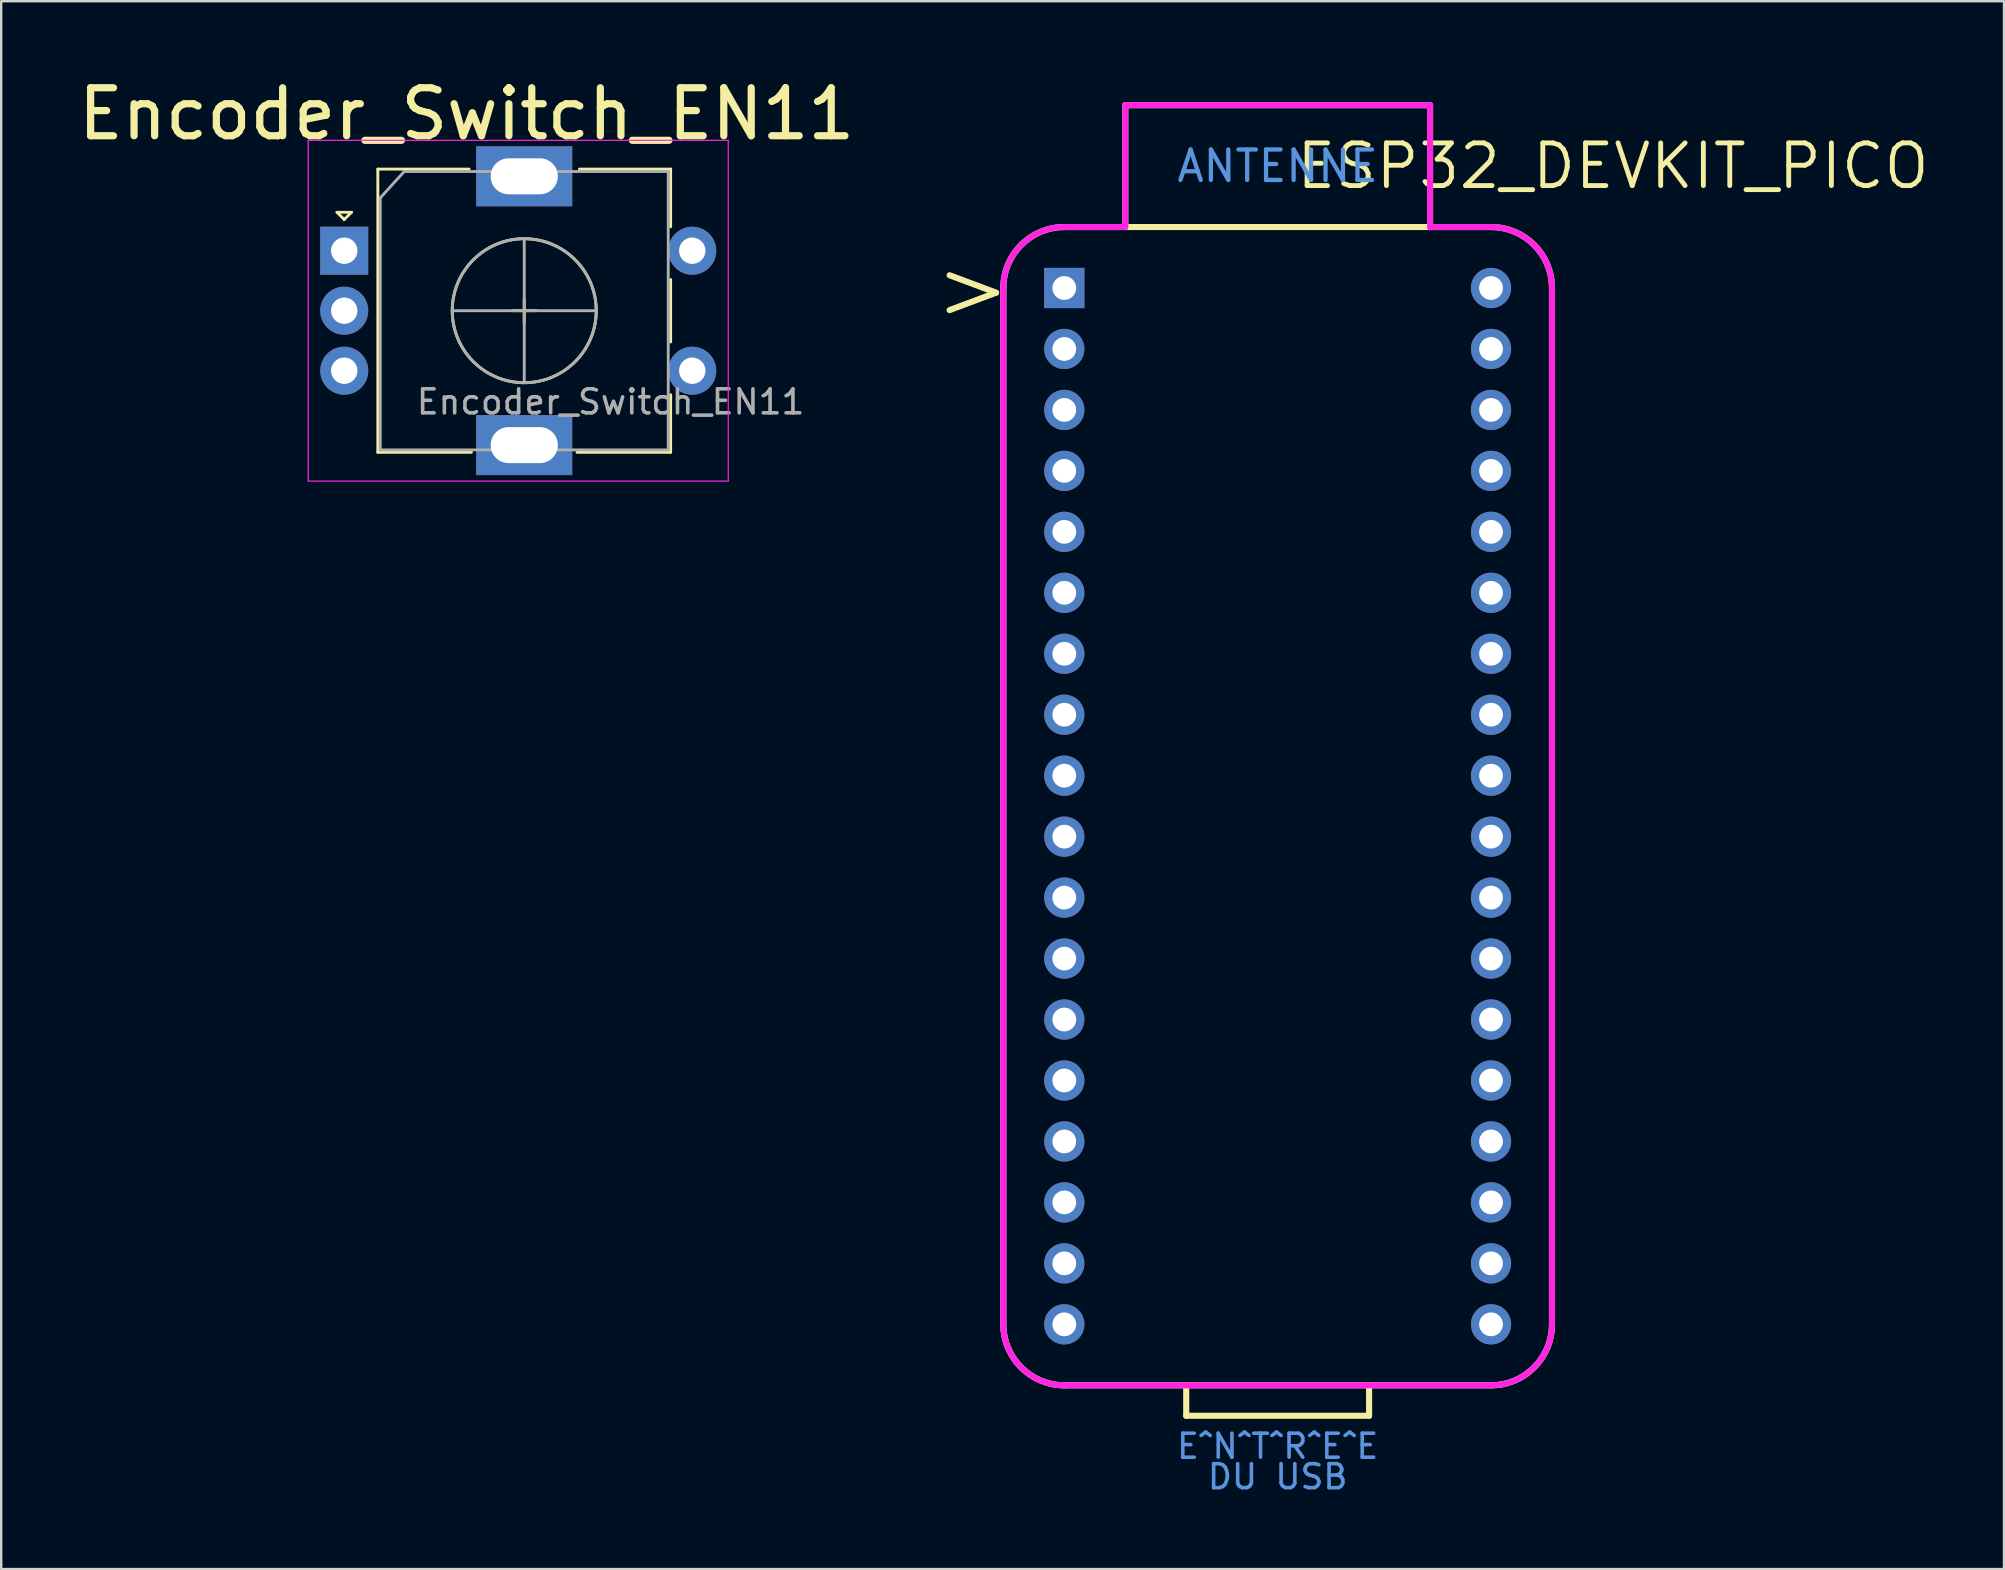
<source format=kicad_pcb>
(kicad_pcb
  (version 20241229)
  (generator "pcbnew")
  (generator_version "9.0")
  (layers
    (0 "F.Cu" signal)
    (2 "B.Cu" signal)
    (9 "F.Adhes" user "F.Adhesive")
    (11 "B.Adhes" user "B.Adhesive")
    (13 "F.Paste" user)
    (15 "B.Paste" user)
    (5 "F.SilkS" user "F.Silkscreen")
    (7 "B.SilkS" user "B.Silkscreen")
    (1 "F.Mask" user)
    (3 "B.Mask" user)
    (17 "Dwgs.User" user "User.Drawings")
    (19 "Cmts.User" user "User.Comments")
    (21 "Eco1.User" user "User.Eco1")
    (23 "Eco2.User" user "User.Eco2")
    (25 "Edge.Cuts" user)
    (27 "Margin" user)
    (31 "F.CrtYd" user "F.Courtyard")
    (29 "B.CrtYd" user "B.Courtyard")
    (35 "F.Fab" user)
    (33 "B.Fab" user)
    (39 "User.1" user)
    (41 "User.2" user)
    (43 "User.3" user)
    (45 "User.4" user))
  (footprint "Encoder_Switch_EN11"
    (layer "F.Cu")
    (at 11.293 7.396)
    (property "Reference" "Encoder_Switch_EN11" (at 5.1 -5.7 0) (layer "F.SilkS") (effects (font (size 2 2) (thickness 0.3))))
    (attr through_hole)
    (fp_line (start -0.3 -1.6) (end 0.3 -1.6) (stroke (width 0.12) (type solid)) (layer "F.SilkS"))
    (fp_line (start 0 -1.3) (end -0.3 -1.6) (stroke (width 0.12) (type solid)) (layer "F.SilkS"))
    (fp_line (start 0.3 -1.6) (end 0 -1.3) (stroke (width 0.12) (type solid)) (layer "F.SilkS"))
    (fp_line (start 1.4 -3.4) (end 1.4 8.4) (stroke (width 0.12) (type solid)) (layer "F.SilkS"))
    (fp_line (start 5.2 -3.4) (end 1.4 -3.4) (stroke (width 0.12) (type solid)) (layer "F.SilkS"))
    (fp_line (start 5.3 8.4) (end 1.4 8.4) (stroke (width 0.12) (type solid)) (layer "F.SilkS"))
    (fp_line (start 7 2.5) (end 8 2.5) (stroke (width 0.12) (type solid)) (layer "F.SilkS"))
    (fp_line (start 7.5 2) (end 7.5 3) (stroke (width 0.12) (type solid)) (layer "F.SilkS"))
    (fp_line (start 9.8 -3.4) (end 13.6 -3.4) (stroke (width 0.12) (type solid)) (layer "F.SilkS"))
    (fp_line (start 13.6 -3.4) (end 13.6 -1) (stroke (width 0.12) (type solid)) (layer "F.SilkS"))
    (fp_line (start 13.6 1.2) (end 13.6 3.8) (stroke (width 0.12) (type solid)) (layer "F.SilkS"))
    (fp_line (start 13.6 6) (end 13.6 8.4) (stroke (width 0.12) (type solid)) (layer "F.SilkS"))
    (fp_line (start 13.6 8.4) (end 9.7 8.4) (stroke (width 0.12) (type solid)) (layer "F.SilkS"))
    (fp_circle (center 7.5 2.5) (end 10.5 2.5) (stroke (width 0.12) (type solid)) (fill no) (layer "F.SilkS"))
    (fp_line (start -1.5 -4.6) (end -1.5 9.6) (stroke (width 0.05) (type solid)) (layer "F.CrtYd"))
    (fp_line (start -1.5 -4.6) (end 16 -4.6) (stroke (width 0.05) (type solid)) (layer "F.CrtYd"))
    (fp_line (start 16 9.6) (end -1.5 9.6) (stroke (width 0.05) (type solid)) (layer "F.CrtYd"))
    (fp_line (start 16 9.6) (end 16 -4.6) (stroke (width 0.05) (type solid)) (layer "F.CrtYd"))
    (fp_line (start 1.5 -2.2) (end 2.5 -3.3) (stroke (width 0.12) (type solid)) (layer "F.Fab"))
    (fp_line (start 1.5 8.3) (end 1.5 -2.2) (stroke (width 0.12) (type solid)) (layer "F.Fab"))
    (fp_line (start 2.5 -3.3) (end 13.5 -3.3) (stroke (width 0.12) (type solid)) (layer "F.Fab"))
    (fp_line (start 4.5 2.5) (end 10.5 2.5) (stroke (width 0.12) (type solid)) (layer "F.Fab"))
    (fp_line (start 7.5 -0.5) (end 7.5 5.5) (stroke (width 0.12) (type solid)) (layer "F.Fab"))
    (fp_line (start 13.5 -3.3) (end 13.5 8.3) (stroke (width 0.12) (type solid)) (layer "F.Fab"))
    (fp_line (start 13.5 8.3) (end 1.5 8.3) (stroke (width 0.12) (type solid)) (layer "F.Fab"))
    (fp_circle (center 7.5 2.5) (end 10.5 2.5) (stroke (width 0.12) (type solid)) (fill no) (layer "F.Fab"))
    (fp_text user "${REFERENCE}" (at 11.1 6.3 0) (layer "F.Fab") (effects (font (size 1 1) (thickness 0.15))))
    (pad "A" thru_hole rect (at 0 0) (size 2 2) (drill 1.1) (layers "*.Cu" "*.Mask"))
    (pad "B" thru_hole circle (at 0 5) (size 2 2) (drill 1.1) (layers "*.Cu" "*.Mask"))
    (pad "C" thru_hole circle (at 0 2.5) (size 2 2) (drill 1.1) (layers "*.Cu" "*.Mask"))
    (pad "MP" thru_hole rect (at 7.5 -3.1) (size 4 2.5) (drill oval 2.8 1.5) (layers "*.Cu" "*.Mask"))
    (pad "MP" thru_hole rect (at 7.5 8.1) (size 4 2.5) (drill oval 2.8 1.5) (layers "*.Cu" "*.Mask"))
    (pad "S1" thru_hole circle (at 14.5 5) (size 2 2) (drill 1.1) (layers "*.Cu" "*.Mask"))
    (pad "S2" thru_hole circle (at 14.5 0) (size 2 2) (drill 1.1) (layers "*.Cu" "*.Mask")))
  (footprint "ESP32_DEVKIT_PICO"
    (layer "F.Cu")
    (at 53.995 8.95)
    (property "Reference" "ESP32_DEVKIT_PICO" (at 10.16 -5.08 0) (layer "F.SilkS") (effects (font (size 1.778 1.778) (thickness 0.203))))
    (attr through_hole)
    (fp_line (start -15.24 0) (end -15.24 43.18) (stroke (width 0.254) (type solid)) (layer "F.SilkS"))
    (fp_line (start -12.7 45.72) (end 5.08 45.72) (stroke (width 0.254) (type solid)) (layer "F.SilkS"))
    (fp_line (start -10.16 -7.62) (end 2.54 -7.62) (stroke (width 0.254) (type solid)) (layer "F.SilkS"))
    (fp_line (start -10.16 -2.54) (end -10.16 -7.62) (stroke (width 0.254) (type solid)) (layer "F.SilkS"))
    (fp_line (start -7.62 45.72) (end -7.62 46.99) (stroke (width 0.254) (type solid)) (layer "F.SilkS"))
    (fp_line (start -7.62 46.99) (end 0 46.99) (stroke (width 0.254) (type solid)) (layer "F.SilkS"))
    (fp_line (start 0 46.99) (end 0 45.72) (stroke (width 0.254) (type solid)) (layer "F.SilkS"))
    (fp_line (start 2.54 -7.62) (end 2.54 -2.54) (stroke (width 0.254) (type solid)) (layer "F.SilkS"))
    (fp_line (start 5.08 -2.54) (end -12.7 -2.54) (stroke (width 0.254) (type solid)) (layer "F.SilkS"))
    (fp_line (start 7.62 43.18) (end 7.62 0) (stroke (width 0.254) (type solid)) (layer "F.SilkS"))
    (fp_arc (start -15.24 0) (mid -14.496051 -1.796051) (end -12.7 -2.54) (stroke (width 0.254) (type solid)) (layer "F.SilkS"))
    (fp_arc (start -12.7 45.72) (mid -14.496051 44.976051) (end -15.24 43.18) (stroke (width 0.254) (type solid)) (layer "F.SilkS"))
    (fp_arc (start 5.08 -2.54) (mid 6.876051 -1.796051) (end 7.62 0) (stroke (width 0.254) (type solid)) (layer "F.SilkS"))
    (fp_arc (start 7.62 43.18) (mid 6.876051 44.976051) (end 5.08 45.72) (stroke (width 0.254) (type solid)) (layer "F.SilkS"))
    (fp_line (start -11.43 -2.54) (end -10.16 -2.54) (stroke (width 0.12) (type solid)) (layer "Eco1.User"))
    (fp_line (start -8.89 -2.54) (end -7.62 -2.54) (stroke (width 0.12) (type solid)) (layer "Eco1.User"))
    (fp_line (start -6.35 -2.54) (end -5.08 -2.54) (stroke (width 0.12) (type solid)) (layer "Eco1.User"))
    (fp_line (start -3.81 -2.54) (end -2.54 -2.54) (stroke (width 0.12) (type solid)) (layer "Eco1.User"))
    (fp_line (start -1.27 -2.54) (end 0 -2.54) (stroke (width 0.12) (type solid)) (layer "Eco1.User"))
    (fp_line (start 1.27 -2.54) (end 2.54 -2.54) (stroke (width 0.12) (type solid)) (layer "Eco1.User"))
    (fp_line (start 3.81 -2.54) (end 5.08 -2.54) (stroke (width 0.12) (type solid)) (layer "Eco1.User"))
    (fp_rect (start -11.43 -8.89) (end 3.81 -2.54) (stroke (width 0.12) (type solid)) (fill no) (layer "Eco1.User"))
    (fp_line (start -15.24 0) (end -15.24 43.18) (stroke (width 0.254) (type solid)) (layer "F.CrtYd"))
    (fp_line (start -12.7 -2.54) (end -10.16 -2.54) (stroke (width 0.254) (type solid)) (layer "F.CrtYd"))
    (fp_line (start -12.7 45.72) (end 5.08 45.72) (stroke (width 0.254) (type solid)) (layer "F.CrtYd"))
    (fp_line (start -10.16 -7.62) (end 2.54 -7.62) (stroke (width 0.254) (type solid)) (layer "F.CrtYd"))
    (fp_line (start -10.16 -2.54) (end -10.16 -7.62) (stroke (width 0.254) (type solid)) (layer "F.CrtYd"))
    (fp_line (start 2.54 -7.62) (end 2.54 -2.54) (stroke (width 0.254) (type solid)) (layer "F.CrtYd"))
    (fp_line (start 2.54 -2.54) (end 5.08 -2.54) (stroke (width 0.254) (type solid)) (layer "F.CrtYd"))
    (fp_line (start 7.62 43.18) (end 7.62 0) (stroke (width 0.254) (type solid)) (layer "F.CrtYd"))
    (fp_arc (start -15.24 0) (mid -14.496051 -1.796051) (end -12.7 -2.54) (stroke (width 0.254) (type solid)) (layer "F.CrtYd"))
    (fp_arc (start -12.7 45.72) (mid -14.496051 44.976051) (end -15.24 43.18) (stroke (width 0.254) (type solid)) (layer "F.CrtYd"))
    (fp_arc (start 5.08 -2.54) (mid 6.876051 -1.796051) (end 7.62 0) (stroke (width 0.254) (type solid)) (layer "F.CrtYd"))
    (fp_arc (start 7.62 43.18) (mid 6.876051 44.976051) (end 5.08 45.72) (stroke (width 0.254) (type solid)) (layer "F.CrtYd"))
    (fp_text user ">" (at -16.51 0 0) (layer "F.SilkS") (effects (font (size 2.54 2.54) (thickness 0.254))))
    (fp_text user "DU USB" (at -3.81 49.53 0) (unlocked yes) (layer "Cmts.User") (effects (font (size 1 1) (thickness 0.15))))
    (fp_text user "ANTENNE" (at -3.81 -5.08 0) (unlocked yes) (layer "Cmts.User") (effects (font (size 1.27 1.27) (thickness 0.178))))
    (fp_text user "E^N^T^R^E^E" (at -3.81 48.26 0) (unlocked yes) (layer "Cmts.User") (effects (font (size 1 1) (thickness 0.15))))
    (fp_text user "KEEP" (at -3.81 -7.62 0) (unlocked yes) (layer "Eco1.User") (effects (font (size 1.27 1.27) (thickness 0.178))))
    (fp_text user "OUT" (at -3.81 -5.08 0) (unlocked yes) (layer "Eco1.User") (effects (font (size 1.27 1.27) (thickness 0.178))))
    (pad "1" thru_hole rect (at -12.7 0) (size 1.676 1.676) (drill 0.991) (layers "*.Cu" "*.Mask"))
    (pad "2" thru_hole circle (at -12.7 2.54) (size 1.676 1.676) (drill 0.991) (layers "*.Cu" "*.Mask"))
    (pad "3" thru_hole circle (at -12.7 5.08) (size 1.676 1.676) (drill 0.991) (layers "*.Cu" "*.Mask"))
    (pad "4" thru_hole circle (at -12.7 7.62) (size 1.676 1.676) (drill 0.991) (layers "*.Cu" "*.Mask"))
    (pad "5" thru_hole circle (at -12.7 10.16) (size 1.676 1.676) (drill 0.991) (layers "*.Cu" "*.Mask"))
    (pad "6" thru_hole circle (at -12.7 12.7) (size 1.676 1.676) (drill 0.991) (layers "*.Cu" "*.Mask"))
    (pad "7" thru_hole circle (at -12.7 15.24) (size 1.676 1.676) (drill 0.991) (layers "*.Cu" "*.Mask"))
    (pad "8" thru_hole circle (at -12.7 17.78) (size 1.676 1.676) (drill 0.991) (layers "*.Cu" "*.Mask"))
    (pad "9" thru_hole circle (at -12.7 20.32) (size 1.676 1.676) (drill 0.991) (layers "*.Cu" "*.Mask"))
    (pad "10" thru_hole circle (at -12.7 22.86) (size 1.676 1.676) (drill 0.991) (layers "*.Cu" "*.Mask"))
    (pad "11" thru_hole circle (at -12.7 25.4) (size 1.676 1.676) (drill 0.991) (layers "*.Cu" "*.Mask"))
    (pad "12" thru_hole circle (at -12.7 27.94) (size 1.676 1.676) (drill 0.991) (layers "*.Cu" "*.Mask"))
    (pad "13" thru_hole circle (at -12.7 30.48) (size 1.676 1.676) (drill 0.991) (layers "*.Cu" "*.Mask"))
    (pad "14" thru_hole circle (at -12.7 33.02) (size 1.676 1.676) (drill 0.991) (layers "*.Cu" "*.Mask"))
    (pad "15" thru_hole circle (at -12.7 35.56) (size 1.676 1.676) (drill 0.991) (layers "*.Cu" "*.Mask"))
    (pad "16" thru_hole circle (at -12.7 38.1) (size 1.676 1.676) (drill 0.991) (layers "*.Cu" "*.Mask"))
    (pad "17" thru_hole circle (at -12.7 40.64) (size 1.676 1.676) (drill 0.991) (layers "*.Cu" "*.Mask"))
    (pad "18" thru_hole circle (at -12.7 43.18) (size 1.676 1.676) (drill 0.991) (layers "*.Cu" "*.Mask"))
    (pad "19" thru_hole circle (at 5.08 43.18) (size 1.676 1.676) (drill 0.991) (layers "*.Cu" "*.Mask"))
    (pad "20" thru_hole circle (at 5.08 40.64) (size 1.676 1.676) (drill 0.991) (layers "*.Cu" "*.Mask"))
    (pad "21" thru_hole circle (at 5.08 38.1) (size 1.676 1.676) (drill 0.991) (layers "*.Cu" "*.Mask"))
    (pad "22" thru_hole circle (at 5.08 35.56) (size 1.676 1.676) (drill 0.991) (layers "*.Cu" "*.Mask"))
    (pad "23" thru_hole circle (at 5.08 33.02) (size 1.676 1.676) (drill 0.991) (layers "*.Cu" "*.Mask"))
    (pad "24" thru_hole circle (at 5.08 30.48) (size 1.676 1.676) (drill 0.991) (layers "*.Cu" "*.Mask"))
    (pad "25" thru_hole circle (at 5.08 27.94) (size 1.676 1.676) (drill 0.991) (layers "*.Cu" "*.Mask"))
    (pad "26" thru_hole circle (at 5.08 25.4) (size 1.676 1.676) (drill 0.991) (layers "*.Cu" "*.Mask"))
    (pad "27" thru_hole circle (at 5.08 22.86) (size 1.676 1.676) (drill 0.991) (layers "*.Cu" "*.Mask"))
    (pad "28" thru_hole circle (at 5.08 20.32) (size 1.676 1.676) (drill 0.991) (layers "*.Cu" "*.Mask"))
    (pad "29" thru_hole circle (at 5.08 17.78) (size 1.676 1.676) (drill 0.991) (layers "*.Cu" "*.Mask"))
    (pad "30" thru_hole circle (at 5.08 15.24) (size 1.676 1.676) (drill 0.991) (layers "*.Cu" "*.Mask"))
    (pad "31" thru_hole circle (at 5.08 12.7) (size 1.676 1.676) (drill 0.991) (layers "*.Cu" "*.Mask"))
    (pad "32" thru_hole circle (at 5.08 10.16) (size 1.676 1.676) (drill 0.991) (layers "*.Cu" "*.Mask"))
    (pad "33" thru_hole circle (at 5.08 7.62) (size 1.676 1.676) (drill 0.991) (layers "*.Cu" "*.Mask"))
    (pad "34" thru_hole circle (at 5.08 5.08) (size 1.676 1.676) (drill 0.991) (layers "*.Cu" "*.Mask"))
    (pad "35" thru_hole circle (at 5.08 2.54) (size 1.676 1.676) (drill 0.991) (layers "*.Cu" "*.Mask"))
    (pad "36" thru_hole circle (at 5.08 0) (size 1.676 1.676) (drill 0.991) (layers "*.Cu" "*.Mask")))
  (gr_rect
    (start -3 -3)
    (end 80.448 62.328)
    (stroke (width 0.1) (type default))
    (fill no)
    (layer "Edge.Cuts")))
</source>
